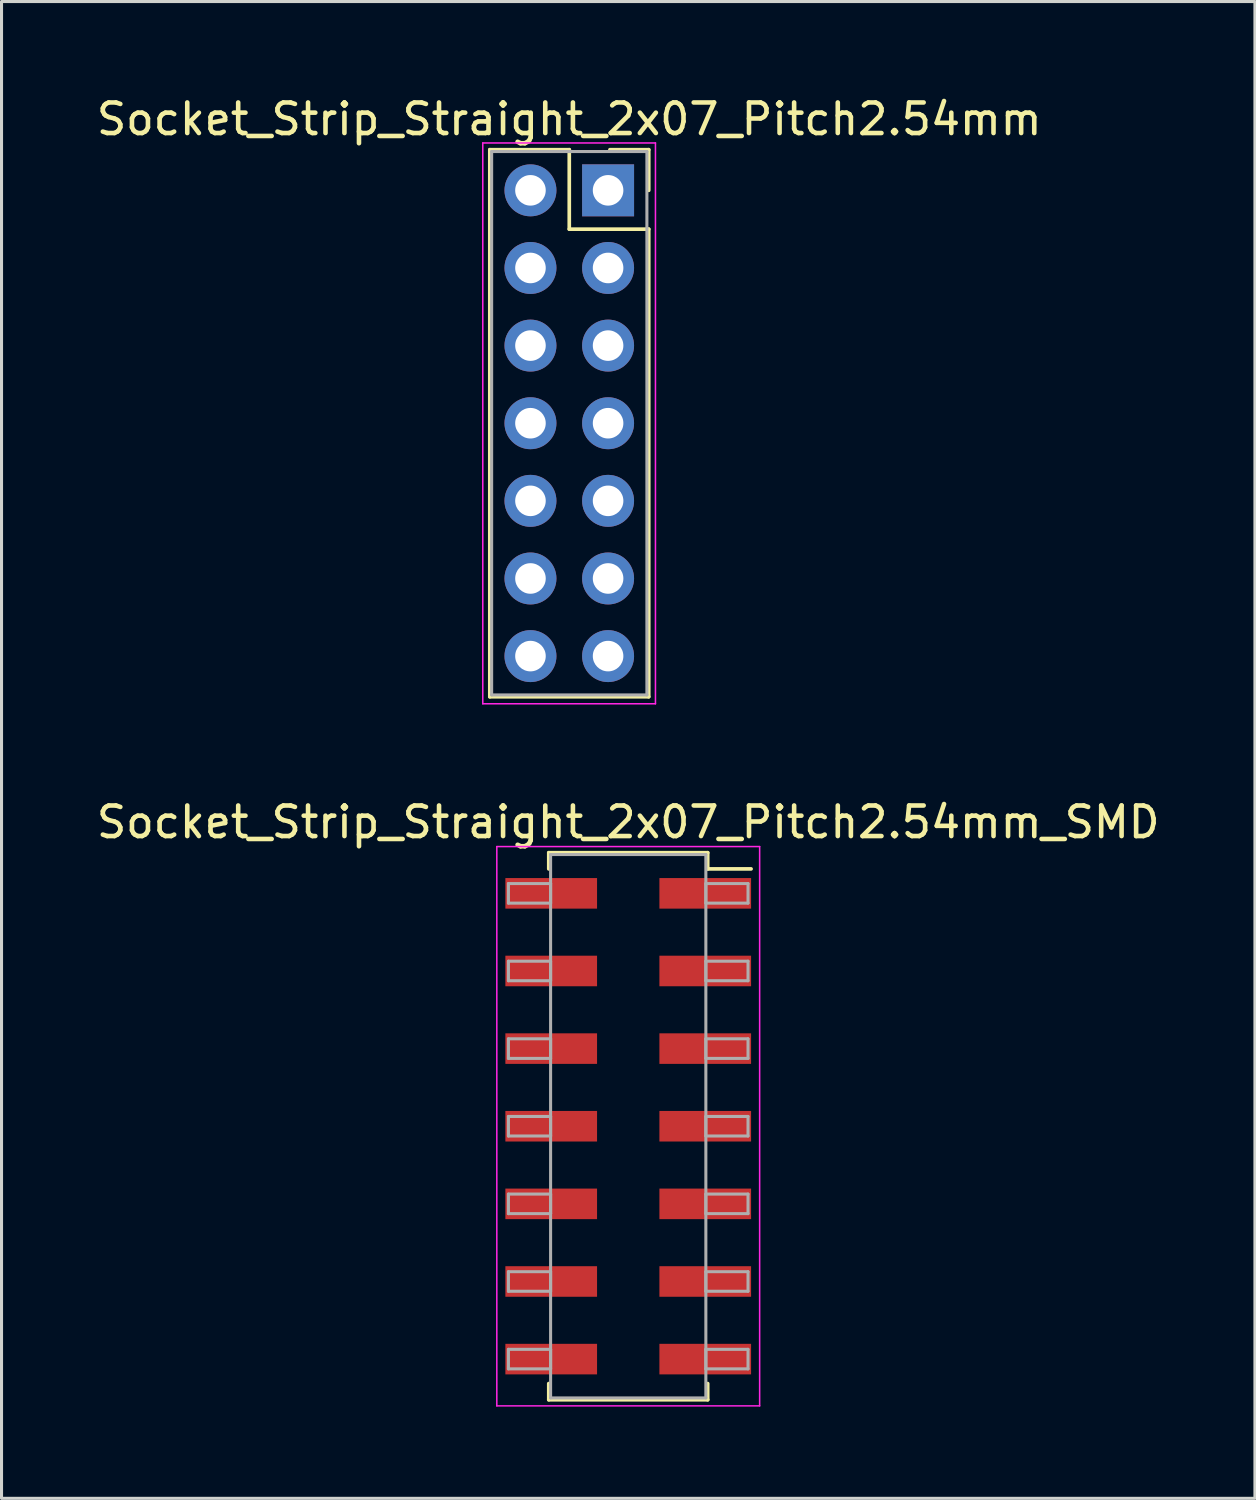
<source format=kicad_pcb>
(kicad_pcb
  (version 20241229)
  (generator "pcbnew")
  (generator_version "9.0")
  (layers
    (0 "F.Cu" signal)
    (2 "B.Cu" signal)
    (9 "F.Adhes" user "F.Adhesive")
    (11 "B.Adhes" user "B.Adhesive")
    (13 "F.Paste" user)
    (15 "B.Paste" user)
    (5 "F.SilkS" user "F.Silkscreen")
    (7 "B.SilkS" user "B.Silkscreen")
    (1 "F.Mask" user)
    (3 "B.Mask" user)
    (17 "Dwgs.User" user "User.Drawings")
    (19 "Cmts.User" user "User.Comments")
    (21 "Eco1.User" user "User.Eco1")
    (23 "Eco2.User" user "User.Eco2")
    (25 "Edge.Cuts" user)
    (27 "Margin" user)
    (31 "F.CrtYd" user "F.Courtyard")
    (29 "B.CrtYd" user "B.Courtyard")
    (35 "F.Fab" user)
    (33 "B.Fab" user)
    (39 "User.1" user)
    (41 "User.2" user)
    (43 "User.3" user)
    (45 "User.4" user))
  (footprint "Socket_Strip_Straight_2x07_Pitch2.54mm_SMD"
    (layer "F.Cu")
    (at 17.506 33.801)
    (property "Reference" "Socket_Strip_Straight_2x07_Pitch2.54mm_SMD" (at 0 -9.95 0) (layer "F.SilkS") (effects (font (size 1 1) (thickness 0.15))))
    (attr smd)
    (fp_line (start -2.6 -8.95) (end 2.6 -8.95) (stroke (width 0.12) (type solid)) (layer "F.SilkS"))
    (fp_line (start -2.6 -8.42) (end -2.6 -8.95) (stroke (width 0.12) (type solid)) (layer "F.SilkS"))
    (fp_line (start -2.6 8.42) (end -2.6 8.95) (stroke (width 0.12) (type solid)) (layer "F.SilkS"))
    (fp_line (start -2.6 8.95) (end 2.6 8.95) (stroke (width 0.12) (type solid)) (layer "F.SilkS"))
    (fp_line (start 2.6 -8.95) (end 2.6 -8.42) (stroke (width 0.12) (type solid)) (layer "F.SilkS"))
    (fp_line (start 2.6 8.95) (end 2.6 8.42) (stroke (width 0.12) (type solid)) (layer "F.SilkS"))
    (fp_line (start 4.02 -8.42) (end 2.6 -8.42) (stroke (width 0.12) (type solid)) (layer "F.SilkS"))
    (fp_line (start -4.3 -9.15) (end -4.3 9.15) (stroke (width 0.05) (type solid)) (layer "F.CrtYd"))
    (fp_line (start -4.3 9.15) (end 4.3 9.15) (stroke (width 0.05) (type solid)) (layer "F.CrtYd"))
    (fp_line (start 4.3 -9.15) (end -4.3 -9.15) (stroke (width 0.05) (type solid)) (layer "F.CrtYd"))
    (fp_line (start 4.3 9.15) (end 4.3 -9.15) (stroke (width 0.05) (type solid)) (layer "F.CrtYd"))
    (fp_line (start -3.92 -7.94) (end -2.54 -7.94) (stroke (width 0.1) (type solid)) (layer "F.Fab"))
    (fp_line (start -3.92 -7.3) (end -3.92 -7.94) (stroke (width 0.1) (type solid)) (layer "F.Fab"))
    (fp_line (start -3.92 -5.4) (end -2.54 -5.4) (stroke (width 0.1) (type solid)) (layer "F.Fab"))
    (fp_line (start -3.92 -4.76) (end -3.92 -5.4) (stroke (width 0.1) (type solid)) (layer "F.Fab"))
    (fp_line (start -3.92 -2.86) (end -2.54 -2.86) (stroke (width 0.1) (type solid)) (layer "F.Fab"))
    (fp_line (start -3.92 -2.22) (end -3.92 -2.86) (stroke (width 0.1) (type solid)) (layer "F.Fab"))
    (fp_line (start -3.92 -0.32) (end -2.54 -0.32) (stroke (width 0.1) (type solid)) (layer "F.Fab"))
    (fp_line (start -3.92 0.32) (end -3.92 -0.32) (stroke (width 0.1) (type solid)) (layer "F.Fab"))
    (fp_line (start -3.92 2.22) (end -2.54 2.22) (stroke (width 0.1) (type solid)) (layer "F.Fab"))
    (fp_line (start -3.92 2.86) (end -3.92 2.22) (stroke (width 0.1) (type solid)) (layer "F.Fab"))
    (fp_line (start -3.92 4.76) (end -2.54 4.76) (stroke (width 0.1) (type solid)) (layer "F.Fab"))
    (fp_line (start -3.92 5.4) (end -3.92 4.76) (stroke (width 0.1) (type solid)) (layer "F.Fab"))
    (fp_line (start -3.92 7.3) (end -2.54 7.3) (stroke (width 0.1) (type solid)) (layer "F.Fab"))
    (fp_line (start -3.92 7.94) (end -3.92 7.3) (stroke (width 0.1) (type solid)) (layer "F.Fab"))
    (fp_line (start -2.54 -8.89) (end -2.54 8.89) (stroke (width 0.1) (type solid)) (layer "F.Fab"))
    (fp_line (start -2.54 -7.94) (end -2.54 -7.3) (stroke (width 0.1) (type solid)) (layer "F.Fab"))
    (fp_line (start -2.54 -7.3) (end -3.92 -7.3) (stroke (width 0.1) (type solid)) (layer "F.Fab"))
    (fp_line (start -2.54 -5.4) (end -2.54 -4.76) (stroke (width 0.1) (type solid)) (layer "F.Fab"))
    (fp_line (start -2.54 -4.76) (end -3.92 -4.76) (stroke (width 0.1) (type solid)) (layer "F.Fab"))
    (fp_line (start -2.54 -2.86) (end -2.54 -2.22) (stroke (width 0.1) (type solid)) (layer "F.Fab"))
    (fp_line (start -2.54 -2.22) (end -3.92 -2.22) (stroke (width 0.1) (type solid)) (layer "F.Fab"))
    (fp_line (start -2.54 -0.32) (end -2.54 0.32) (stroke (width 0.1) (type solid)) (layer "F.Fab"))
    (fp_line (start -2.54 0.32) (end -3.92 0.32) (stroke (width 0.1) (type solid)) (layer "F.Fab"))
    (fp_line (start -2.54 2.22) (end -2.54 2.86) (stroke (width 0.1) (type solid)) (layer "F.Fab"))
    (fp_line (start -2.54 2.86) (end -3.92 2.86) (stroke (width 0.1) (type solid)) (layer "F.Fab"))
    (fp_line (start -2.54 4.76) (end -2.54 5.4) (stroke (width 0.1) (type solid)) (layer "F.Fab"))
    (fp_line (start -2.54 5.4) (end -3.92 5.4) (stroke (width 0.1) (type solid)) (layer "F.Fab"))
    (fp_line (start -2.54 7.3) (end -2.54 7.94) (stroke (width 0.1) (type solid)) (layer "F.Fab"))
    (fp_line (start -2.54 7.94) (end -3.92 7.94) (stroke (width 0.1) (type solid)) (layer "F.Fab"))
    (fp_line (start -2.54 8.89) (end 2.54 8.89) (stroke (width 0.1) (type solid)) (layer "F.Fab"))
    (fp_line (start 2.54 -8.89) (end -2.54 -8.89) (stroke (width 0.1) (type solid)) (layer "F.Fab"))
    (fp_line (start 2.54 -7.94) (end 2.54 -7.3) (stroke (width 0.1) (type solid)) (layer "F.Fab"))
    (fp_line (start 2.54 -7.3) (end 3.92 -7.3) (stroke (width 0.1) (type solid)) (layer "F.Fab"))
    (fp_line (start 2.54 -5.4) (end 2.54 -4.76) (stroke (width 0.1) (type solid)) (layer "F.Fab"))
    (fp_line (start 2.54 -4.76) (end 3.92 -4.76) (stroke (width 0.1) (type solid)) (layer "F.Fab"))
    (fp_line (start 2.54 -2.86) (end 2.54 -2.22) (stroke (width 0.1) (type solid)) (layer "F.Fab"))
    (fp_line (start 2.54 -2.22) (end 3.92 -2.22) (stroke (width 0.1) (type solid)) (layer "F.Fab"))
    (fp_line (start 2.54 -0.32) (end 2.54 0.32) (stroke (width 0.1) (type solid)) (layer "F.Fab"))
    (fp_line (start 2.54 0.32) (end 3.92 0.32) (stroke (width 0.1) (type solid)) (layer "F.Fab"))
    (fp_line (start 2.54 2.22) (end 2.54 2.86) (stroke (width 0.1) (type solid)) (layer "F.Fab"))
    (fp_line (start 2.54 2.86) (end 3.92 2.86) (stroke (width 0.1) (type solid)) (layer "F.Fab"))
    (fp_line (start 2.54 4.76) (end 2.54 5.4) (stroke (width 0.1) (type solid)) (layer "F.Fab"))
    (fp_line (start 2.54 5.4) (end 3.92 5.4) (stroke (width 0.1) (type solid)) (layer "F.Fab"))
    (fp_line (start 2.54 7.3) (end 2.54 7.94) (stroke (width 0.1) (type solid)) (layer "F.Fab"))
    (fp_line (start 2.54 7.94) (end 3.92 7.94) (stroke (width 0.1) (type solid)) (layer "F.Fab"))
    (fp_line (start 2.54 8.89) (end 2.54 -8.89) (stroke (width 0.1) (type solid)) (layer "F.Fab"))
    (fp_line (start 3.92 -7.94) (end 2.54 -7.94) (stroke (width 0.1) (type solid)) (layer "F.Fab"))
    (fp_line (start 3.92 -7.3) (end 3.92 -7.94) (stroke (width 0.1) (type solid)) (layer "F.Fab"))
    (fp_line (start 3.92 -5.4) (end 2.54 -5.4) (stroke (width 0.1) (type solid)) (layer "F.Fab"))
    (fp_line (start 3.92 -4.76) (end 3.92 -5.4) (stroke (width 0.1) (type solid)) (layer "F.Fab"))
    (fp_line (start 3.92 -2.86) (end 2.54 -2.86) (stroke (width 0.1) (type solid)) (layer "F.Fab"))
    (fp_line (start 3.92 -2.22) (end 3.92 -2.86) (stroke (width 0.1) (type solid)) (layer "F.Fab"))
    (fp_line (start 3.92 -0.32) (end 2.54 -0.32) (stroke (width 0.1) (type solid)) (layer "F.Fab"))
    (fp_line (start 3.92 0.32) (end 3.92 -0.32) (stroke (width 0.1) (type solid)) (layer "F.Fab"))
    (fp_line (start 3.92 2.22) (end 2.54 2.22) (stroke (width 0.1) (type solid)) (layer "F.Fab"))
    (fp_line (start 3.92 2.86) (end 3.92 2.22) (stroke (width 0.1) (type solid)) (layer "F.Fab"))
    (fp_line (start 3.92 4.76) (end 2.54 4.76) (stroke (width 0.1) (type solid)) (layer "F.Fab"))
    (fp_line (start 3.92 5.4) (end 3.92 4.76) (stroke (width 0.1) (type solid)) (layer "F.Fab"))
    (fp_line (start 3.92 7.3) (end 2.54 7.3) (stroke (width 0.1) (type solid)) (layer "F.Fab"))
    (fp_line (start 3.92 7.94) (end 3.92 7.3) (stroke (width 0.1) (type solid)) (layer "F.Fab"))
    (pad "1" smd rect (at 2.52 -7.62) (size 3 1) (layers "F.Cu" "F.Mask"))
    (pad "2" smd rect (at -2.52 -7.62) (size 3 1) (layers "F.Cu" "F.Mask"))
    (pad "3" smd rect (at 2.52 -5.08) (size 3 1) (layers "F.Cu" "F.Mask"))
    (pad "4" smd rect (at -2.52 -5.08) (size 3 1) (layers "F.Cu" "F.Mask"))
    (pad "5" smd rect (at 2.52 -2.54) (size 3 1) (layers "F.Cu" "F.Mask"))
    (pad "6" smd rect (at -2.52 -2.54) (size 3 1) (layers "F.Cu" "F.Mask"))
    (pad "7" smd rect (at 2.52 0) (size 3 1) (layers "F.Cu" "F.Mask"))
    (pad "8" smd rect (at -2.52 0) (size 3 1) (layers "F.Cu" "F.Mask"))
    (pad "9" smd rect (at 2.52 2.54) (size 3 1) (layers "F.Cu" "F.Mask"))
    (pad "10" smd rect (at -2.52 2.54) (size 3 1) (layers "F.Cu" "F.Mask"))
    (pad "11" smd rect (at 2.52 5.08) (size 3 1) (layers "F.Cu" "F.Mask"))
    (pad "12" smd rect (at -2.52 5.08) (size 3 1) (layers "F.Cu" "F.Mask"))
    (pad "13" smd rect (at 2.52 7.62) (size 3 1) (layers "F.Cu" "F.Mask"))
    (pad "14" smd rect (at -2.52 7.62) (size 3 1) (layers "F.Cu" "F.Mask")))
  (footprint "Socket_Strip_Straight_2x07_Pitch2.54mm"
    (layer "F.Cu")
    (at 16.847 3.178)
    (property "Reference" "Socket_Strip_Straight_2x07_Pitch2.54mm" (at -1.27 -2.33 0) (layer "F.SilkS") (effects (font (size 1 1) (thickness 0.15))))
    (attr through_hole)
    (fp_line (start -3.87 -1.33) (end -1.27 -1.33) (stroke (width 0.12) (type solid)) (layer "F.SilkS"))
    (fp_line (start -3.87 16.57) (end -3.87 -1.33) (stroke (width 0.12) (type solid)) (layer "F.SilkS"))
    (fp_line (start -1.27 -1.33) (end -1.27 1.27) (stroke (width 0.12) (type solid)) (layer "F.SilkS"))
    (fp_line (start -1.27 1.27) (end 1.33 1.27) (stroke (width 0.12) (type solid)) (layer "F.SilkS"))
    (fp_line (start 1.33 -1.33) (end 0.06 -1.33) (stroke (width 0.12) (type solid)) (layer "F.SilkS"))
    (fp_line (start 1.33 0) (end 1.33 -1.33) (stroke (width 0.12) (type solid)) (layer "F.SilkS"))
    (fp_line (start 1.33 1.27) (end 1.33 16.57) (stroke (width 0.12) (type solid)) (layer "F.SilkS"))
    (fp_line (start 1.33 16.57) (end -3.87 16.57) (stroke (width 0.12) (type solid)) (layer "F.SilkS"))
    (fp_line (start -4.1 -1.55) (end -4.1 16.8) (stroke (width 0.05) (type solid)) (layer "F.CrtYd"))
    (fp_line (start -4.1 16.8) (end 1.55 16.8) (stroke (width 0.05) (type solid)) (layer "F.CrtYd"))
    (fp_line (start 1.55 -1.55) (end -4.1 -1.55) (stroke (width 0.05) (type solid)) (layer "F.CrtYd"))
    (fp_line (start 1.55 16.8) (end 1.55 -1.55) (stroke (width 0.05) (type solid)) (layer "F.CrtYd"))
    (fp_line (start -3.81 -1.27) (end -3.81 16.51) (stroke (width 0.1) (type solid)) (layer "F.Fab"))
    (fp_line (start -3.81 16.51) (end 1.27 16.51) (stroke (width 0.1) (type solid)) (layer "F.Fab"))
    (fp_line (start 1.27 -1.27) (end -3.81 -1.27) (stroke (width 0.1) (type solid)) (layer "F.Fab"))
    (fp_line (start 1.27 16.51) (end 1.27 -1.27) (stroke (width 0.1) (type solid)) (layer "F.Fab"))
    (pad "1" thru_hole rect (at 0 0) (size 1.7 1.7) (drill 1) (layers "*.Cu" "*.Mask"))
    (pad "2" thru_hole oval (at -2.54 0) (size 1.7 1.7) (drill 1) (layers "*.Cu" "*.Mask"))
    (pad "3" thru_hole oval (at 0 2.54) (size 1.7 1.7) (drill 1) (layers "*.Cu" "*.Mask"))
    (pad "4" thru_hole oval (at -2.54 2.54) (size 1.7 1.7) (drill 1) (layers "*.Cu" "*.Mask"))
    (pad "5" thru_hole oval (at 0 5.08) (size 1.7 1.7) (drill 1) (layers "*.Cu" "*.Mask"))
    (pad "6" thru_hole oval (at -2.54 5.08) (size 1.7 1.7) (drill 1) (layers "*.Cu" "*.Mask"))
    (pad "7" thru_hole oval (at 0 7.62) (size 1.7 1.7) (drill 1) (layers "*.Cu" "*.Mask"))
    (pad "8" thru_hole oval (at -2.54 7.62) (size 1.7 1.7) (drill 1) (layers "*.Cu" "*.Mask"))
    (pad "9" thru_hole oval (at 0 10.16) (size 1.7 1.7) (drill 1) (layers "*.Cu" "*.Mask"))
    (pad "10" thru_hole oval (at -2.54 10.16) (size 1.7 1.7) (drill 1) (layers "*.Cu" "*.Mask"))
    (pad "11" thru_hole oval (at 0 12.7) (size 1.7 1.7) (drill 1) (layers "*.Cu" "*.Mask"))
    (pad "12" thru_hole oval (at -2.54 12.7) (size 1.7 1.7) (drill 1) (layers "*.Cu" "*.Mask"))
    (pad "13" thru_hole oval (at 0 15.24) (size 1.7 1.7) (drill 1) (layers "*.Cu" "*.Mask"))
    (pad "14" thru_hole oval (at -2.54 15.24) (size 1.7 1.7) (drill 1) (layers "*.Cu" "*.Mask")))
  (gr_rect
    (start -3 -3)
    (end 38.012 45.977)
    (stroke (width 0.1) (type default))
    (fill no)
    (layer "Edge.Cuts")))
</source>
